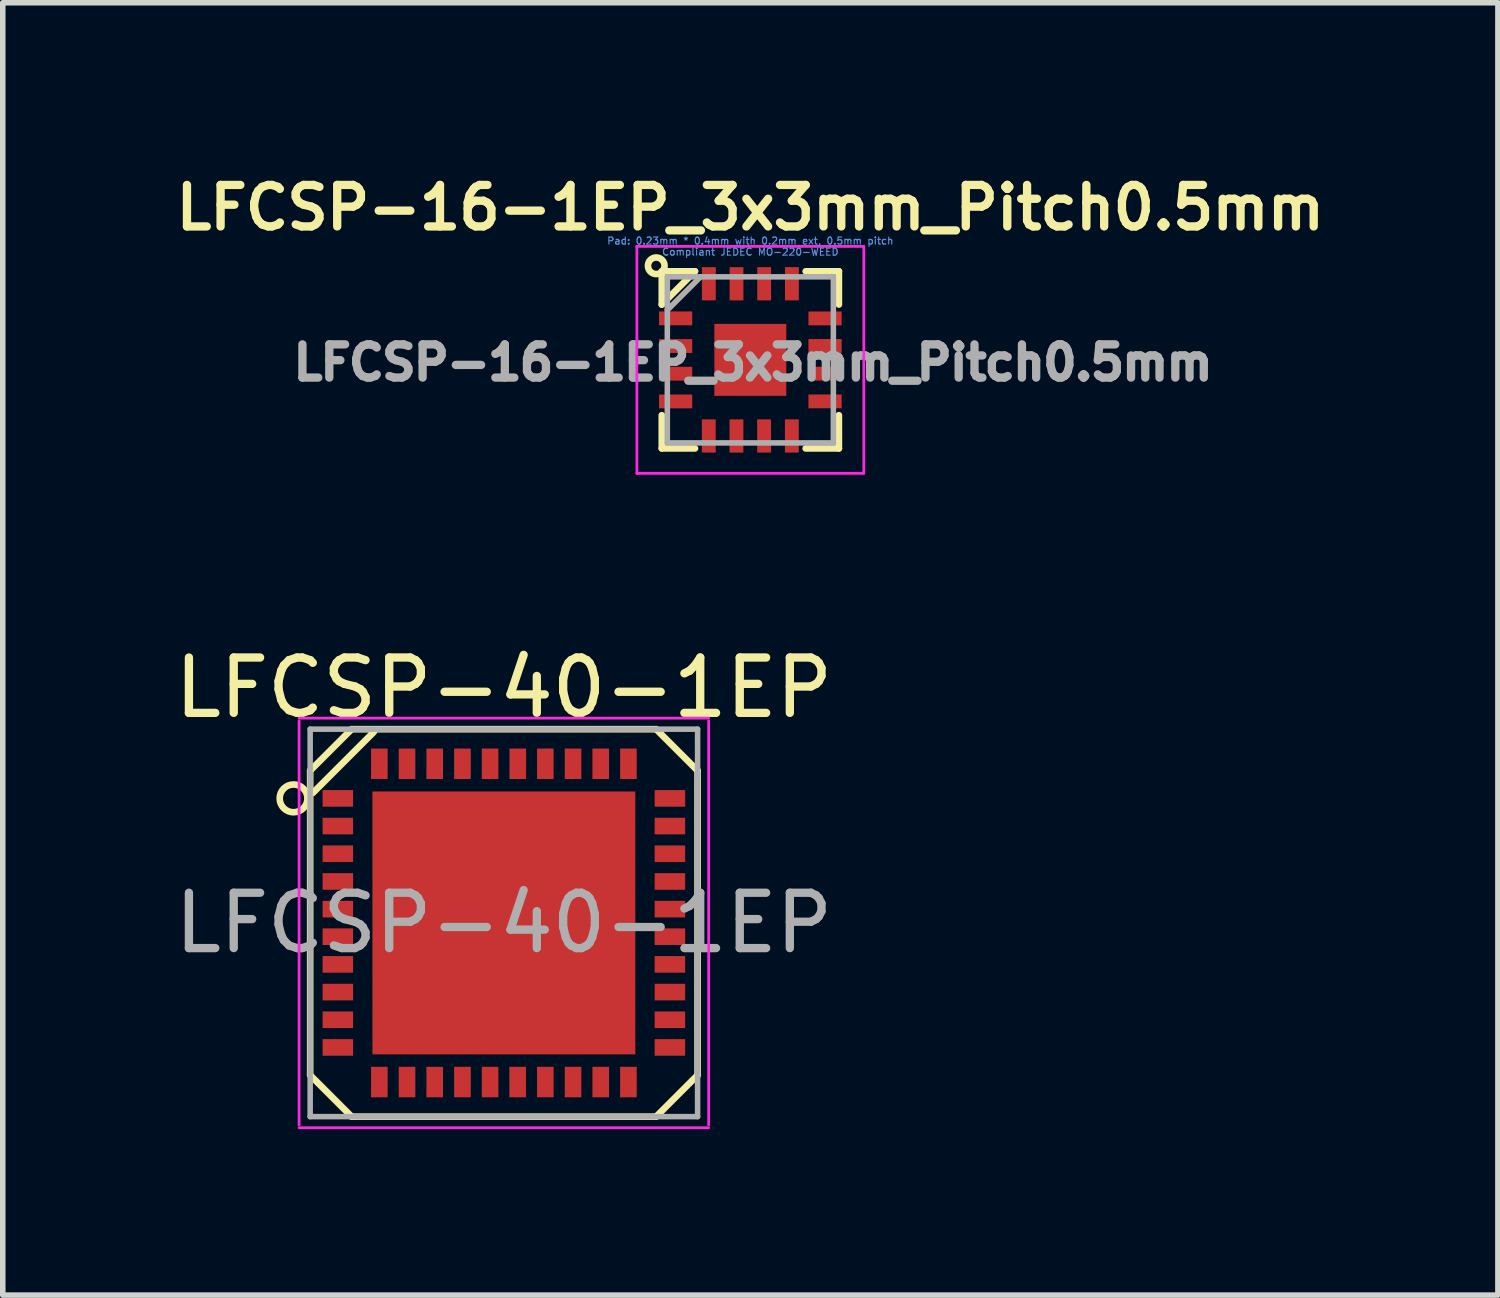
<source format=kicad_pcb>
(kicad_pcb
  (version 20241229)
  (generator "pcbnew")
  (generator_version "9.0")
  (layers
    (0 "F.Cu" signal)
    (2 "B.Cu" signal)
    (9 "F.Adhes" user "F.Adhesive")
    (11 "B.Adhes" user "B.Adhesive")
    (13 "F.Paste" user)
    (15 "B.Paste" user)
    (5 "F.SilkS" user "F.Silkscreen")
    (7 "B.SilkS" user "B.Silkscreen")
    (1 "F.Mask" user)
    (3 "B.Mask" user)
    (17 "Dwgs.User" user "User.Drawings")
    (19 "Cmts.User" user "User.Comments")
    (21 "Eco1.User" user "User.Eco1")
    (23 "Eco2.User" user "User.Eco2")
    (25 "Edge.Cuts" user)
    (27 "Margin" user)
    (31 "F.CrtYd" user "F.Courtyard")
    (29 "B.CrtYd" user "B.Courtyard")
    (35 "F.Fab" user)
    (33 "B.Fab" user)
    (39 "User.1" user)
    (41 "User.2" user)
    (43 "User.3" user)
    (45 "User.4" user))
  (footprint "LFCSP-40-1EP"
    (layer "F.Cu")
    (at 6.054 13.625)
    (property "Reference" "LFCSP-40-1EP" (at 0 -4.25 0) (layer "F.SilkS") (effects (font (size 1 1) (thickness 0.15))))
    (attr smd)
    (fp_line (start -3.5 -2.751) (end -2.751 -3.5) (stroke (width 0.12) (type solid)) (layer "F.SilkS"))
    (fp_line (start -3.5 2.751) (end -3.5 -2.751) (stroke (width 0.12) (type solid)) (layer "F.SilkS"))
    (fp_line (start -3.45 -2.35) (end -2.35 -3.45) (stroke (width 0.12) (type solid)) (layer "F.SilkS"))
    (fp_line (start -2.751 -3.5) (end 2.751 -3.5) (stroke (width 0.12) (type solid)) (layer "F.SilkS"))
    (fp_line (start -2.751 3.5) (end -3.5 2.751) (stroke (width 0.12) (type solid)) (layer "F.SilkS"))
    (fp_line (start 2.751 -3.5) (end 3.5 -2.751) (stroke (width 0.12) (type solid)) (layer "F.SilkS"))
    (fp_line (start 2.751 3.5) (end -2.751 3.5) (stroke (width 0.12) (type solid)) (layer "F.SilkS"))
    (fp_line (start 2.751 3.5) (end 3.5 2.751) (stroke (width 0.12) (type solid)) (layer "F.SilkS"))
    (fp_line (start 3.5 -2.751) (end 3.5 2.751) (stroke (width 0.12) (type solid)) (layer "F.SilkS"))
    (fp_circle (center -3.8 -2.25) (end -4.051 -2.25) (stroke (width 0.12) (type solid)) (fill no) (layer "F.SilkS"))
    (fp_line (start -3.7 -3.7) (end 3.7 -3.7) (stroke (width 0.05) (type solid)) (layer "F.CrtYd"))
    (fp_line (start -3.7 3.65) (end -3.7 -3.65) (stroke (width 0.05) (type solid)) (layer "F.CrtYd"))
    (fp_line (start 3.7 -3.65) (end 3.7 3.65) (stroke (width 0.05) (type solid)) (layer "F.CrtYd"))
    (fp_line (start 3.7 3.7) (end -3.7 3.7) (stroke (width 0.05) (type solid)) (layer "F.CrtYd"))
    (fp_line (start -3.5 -3.5) (end 3.5 -3.5) (stroke (width 0.1) (type solid)) (layer "F.Fab"))
    (fp_line (start -3.5 3.5) (end -3.5 -3.5) (stroke (width 0.1) (type solid)) (layer "F.Fab"))
    (fp_line (start 3.5 -3.5) (end 3.5 3.5) (stroke (width 0.1) (type solid)) (layer "F.Fab"))
    (fp_line (start 3.5 3.5) (end -3.5 3.5) (stroke (width 0.1) (type solid)) (layer "F.Fab"))
    (fp_text user "${REFERENCE}" (at 0 0 0) (layer "F.Fab") (effects (font (size 1 1) (thickness 0.15))))
    (pad "1" smd rect (at -3 -2.25 270) (size 0.3 0.551) (layers "F.Cu" "F.Mask" "F.Paste"))
    (pad "2" smd rect (at -3 -1.75 270) (size 0.3 0.551) (layers "F.Cu" "F.Mask" "F.Paste"))
    (pad "3" smd rect (at -3 -1.25 270) (size 0.3 0.551) (layers "F.Cu" "F.Mask" "F.Paste"))
    (pad "4" smd rect (at -3 -0.749 270) (size 0.3 0.551) (layers "F.Cu" "F.Mask" "F.Paste"))
    (pad "5" smd rect (at -3 -0.249 270) (size 0.3 0.551) (layers "F.Cu" "F.Mask" "F.Paste"))
    (pad "6" smd rect (at -3 0.249 270) (size 0.3 0.551) (layers "F.Cu" "F.Mask" "F.Paste"))
    (pad "7" smd rect (at -3 0.749 270) (size 0.3 0.551) (layers "F.Cu" "F.Mask" "F.Paste"))
    (pad "8" smd rect (at -3 1.25 270) (size 0.3 0.551) (layers "F.Cu" "F.Mask" "F.Paste"))
    (pad "9" smd rect (at -3 1.75 270) (size 0.3 0.551) (layers "F.Cu" "F.Mask" "F.Paste"))
    (pad "10" smd rect (at -3 2.25 270) (size 0.3 0.551) (layers "F.Cu" "F.Mask" "F.Paste"))
    (pad "11" smd rect (at -2.25 2.875) (size 0.3 0.551) (layers "F.Cu" "F.Mask" "F.Paste"))
    (pad "12" smd rect (at -1.75 2.875) (size 0.3 0.551) (layers "F.Cu" "F.Mask" "F.Paste"))
    (pad "13" smd rect (at -1.25 2.875) (size 0.3 0.551) (layers "F.Cu" "F.Mask" "F.Paste"))
    (pad "14" smd rect (at -0.749 2.875) (size 0.3 0.551) (layers "F.Cu" "F.Mask" "F.Paste"))
    (pad "15" smd rect (at -0.249 2.875) (size 0.3 0.551) (layers "F.Cu" "F.Mask" "F.Paste"))
    (pad "16" smd rect (at 0.249 2.875) (size 0.3 0.551) (layers "F.Cu" "F.Mask" "F.Paste"))
    (pad "17" smd rect (at 0.749 2.875) (size 0.3 0.551) (layers "F.Cu" "F.Mask" "F.Paste"))
    (pad "18" smd rect (at 1.25 2.875) (size 0.3 0.551) (layers "F.Cu" "F.Mask" "F.Paste"))
    (pad "19" smd rect (at 1.75 2.875) (size 0.3 0.551) (layers "F.Cu" "F.Mask" "F.Paste"))
    (pad "20" smd rect (at 2.25 2.875) (size 0.3 0.551) (layers "F.Cu" "F.Mask" "F.Paste"))
    (pad "21" smd rect (at 3 2.25 270) (size 0.3 0.551) (layers "F.Cu" "F.Mask" "F.Paste"))
    (pad "22" smd rect (at 3 1.75 270) (size 0.3 0.551) (layers "F.Cu" "F.Mask" "F.Paste"))
    (pad "23" smd rect (at 3 1.25 270) (size 0.3 0.551) (layers "F.Cu" "F.Mask" "F.Paste"))
    (pad "24" smd rect (at 3 0.749 270) (size 0.3 0.551) (layers "F.Cu" "F.Mask" "F.Paste"))
    (pad "25" smd rect (at 3 0.249 270) (size 0.3 0.551) (layers "F.Cu" "F.Mask" "F.Paste"))
    (pad "26" smd rect (at 3 -0.249 270) (size 0.3 0.551) (layers "F.Cu" "F.Mask" "F.Paste"))
    (pad "27" smd rect (at 3 -0.749 270) (size 0.3 0.551) (layers "F.Cu" "F.Mask" "F.Paste"))
    (pad "28" smd rect (at 3 -1.25 270) (size 0.3 0.551) (layers "F.Cu" "F.Mask" "F.Paste"))
    (pad "29" smd rect (at 3 -1.75 270) (size 0.3 0.551) (layers "F.Cu" "F.Mask" "F.Paste"))
    (pad "30" smd rect (at 3 -2.25 270) (size 0.3 0.551) (layers "F.Cu" "F.Mask" "F.Paste"))
    (pad "31" smd rect (at 2.25 -2.875) (size 0.3 0.551) (layers "F.Cu" "F.Mask" "F.Paste"))
    (pad "32" smd rect (at 1.75 -2.875) (size 0.3 0.551) (layers "F.Cu" "F.Mask" "F.Paste"))
    (pad "33" smd rect (at 1.25 -2.875) (size 0.3 0.551) (layers "F.Cu" "F.Mask" "F.Paste"))
    (pad "34" smd rect (at 0.749 -2.875) (size 0.3 0.551) (layers "F.Cu" "F.Mask" "F.Paste"))
    (pad "35" smd rect (at 0.251 -2.875) (size 0.3 0.551) (layers "F.Cu" "F.Mask" "F.Paste"))
    (pad "36" smd rect (at -0.249 -2.875) (size 0.3 0.551) (layers "F.Cu" "F.Mask" "F.Paste"))
    (pad "37" smd rect (at -0.749 -2.875) (size 0.3 0.551) (layers "F.Cu" "F.Mask" "F.Paste"))
    (pad "38" smd rect (at -1.25 -2.875) (size 0.3 0.551) (layers "F.Cu" "F.Mask" "F.Paste"))
    (pad "39" smd rect (at -1.75 -2.875) (size 0.3 0.551) (layers "F.Cu" "F.Mask" "F.Paste"))
    (pad "40" smd rect (at -2.25 -2.875) (size 0.3 0.551) (layers "F.Cu" "F.Mask" "F.Paste"))
    (pad "41" smd rect (at 0 0) (size 4.75 4.75) (layers "F.Cu" "F.Mask" "F.Paste")))
  (footprint "LFCSP-16-1EP_3x3mm_Pitch0.5mm"
    (layer "F.Cu")
    (at 10.507 3.452)
    (property "Reference" "LFCSP-16-1EP_3x3mm_Pitch0.5mm" (at 0 -2.75 0) (layer "F.SilkS") (effects (font (size 0.75 0.75) (thickness 0.15))))
    (attr smd)
    (fp_line (start -1.6 -1.6) (end -1.6 -1) (stroke (width 0.12) (type solid)) (layer "F.SilkS"))
    (fp_line (start -1.6 -1.6) (end -1 -1.6) (stroke (width 0.12) (type solid)) (layer "F.SilkS"))
    (fp_line (start -1.6 -1) (end -1 -1.6) (stroke (width 0.12) (type solid)) (layer "F.SilkS"))
    (fp_line (start -1.6 1) (end -1.6 1.6) (stroke (width 0.12) (type solid)) (layer "F.SilkS"))
    (fp_line (start -1.6 1.6) (end -1 1.6) (stroke (width 0.12) (type solid)) (layer "F.SilkS"))
    (fp_line (start 1 -1.6) (end 1.6 -1.6) (stroke (width 0.12) (type solid)) (layer "F.SilkS"))
    (fp_line (start 1 1.6) (end 1.6 1.6) (stroke (width 0.12) (type solid)) (layer "F.SilkS"))
    (fp_line (start 1.6 -1.6) (end 1.6 -1) (stroke (width 0.12) (type solid)) (layer "F.SilkS"))
    (fp_line (start 1.6 1) (end 1.6 1.6) (stroke (width 0.12) (type solid)) (layer "F.SilkS"))
    (fp_circle (center -1.7 -1.7) (end -1.85 -1.7) (stroke (width 0.12) (type solid)) (fill no) (layer "F.SilkS"))
    (fp_line (start -2.05 2.05) (end -2.05 -2.05) (stroke (width 0.05) (type solid)) (layer "F.CrtYd"))
    (fp_line (start -2.05 2.05) (end 2.05 2.05) (stroke (width 0.05) (type solid)) (layer "F.CrtYd"))
    (fp_line (start 2.05 -2.05) (end -2.05 -2.05) (stroke (width 0.05) (type solid)) (layer "F.CrtYd"))
    (fp_line (start 2.05 -2.05) (end 2.05 2.05) (stroke (width 0.05) (type solid)) (layer "F.CrtYd"))
    (fp_line (start -1.5 -1.5) (end -1.5 1.5) (stroke (width 0.1) (type solid)) (layer "F.Fab"))
    (fp_line (start -1.5 -1.5) (end 1.5 -1.5) (stroke (width 0.1) (type solid)) (layer "F.Fab"))
    (fp_line (start -1.5 1.5) (end 1.5 1.5) (stroke (width 0.1) (type solid)) (layer "F.Fab"))
    (fp_line (start -0.9 -1.5) (end -1.5 -0.9) (stroke (width 0.1) (type solid)) (layer "F.Fab"))
    (fp_line (start 1.5 -1.5) (end 1.5 1.5) (stroke (width 0.1) (type solid)) (layer "F.Fab"))
    (fp_text user "Pad: 0.23mm * 0.4mm with 0.2mm ext, 0.5mm pitch" (at 0 -2.15 0) (layer "Cmts.User") (effects (font (size 0.127 0.127) (thickness 0.02))))
    (fp_text user "Compliant JEDEC MO-220-WEED" (at 0 -1.95 0) (layer "Cmts.User") (effects (font (size 0.127 0.127) (thickness 0.02))))
    (fp_text user "${REFERENCE}" (at 0.05 0.05 0) (layer "F.Fab") (effects (font (size 0.6 0.6) (thickness 0.15))))
    (pad "1" smd rect (at -1.35 -0.75 270) (size 0.25 0.6) (layers "F.Cu" "F.Mask" "F.Paste"))
    (pad "2" smd rect (at -1.35 -0.25 270) (size 0.25 0.6) (layers "F.Cu" "F.Mask" "F.Paste"))
    (pad "3" smd rect (at -1.35 0.25 270) (size 0.25 0.6) (layers "F.Cu" "F.Mask" "F.Paste"))
    (pad "4" smd rect (at -1.35 0.751 270) (size 0.25 0.6) (layers "F.Cu" "F.Mask" "F.Paste"))
    (pad "5" smd rect (at -0.751 1.375 180) (size 0.25 0.6) (layers "F.Cu" "F.Mask" "F.Paste"))
    (pad "6" smd rect (at -0.251 1.375 180) (size 0.25 0.6) (layers "F.Cu" "F.Mask" "F.Paste"))
    (pad "7" smd rect (at 0.249 1.375 180) (size 0.25 0.6) (layers "F.Cu" "F.Mask" "F.Paste"))
    (pad "8" smd rect (at 0.75 1.375 180) (size 0.25 0.6) (layers "F.Cu" "F.Mask" "F.Paste"))
    (pad "9" smd rect (at 1.35 0.75 90) (size 0.25 0.6) (layers "F.Cu" "F.Mask" "F.Paste"))
    (pad "10" smd rect (at 1.35 0.249 90) (size 0.25 0.6) (layers "F.Cu" "F.Mask" "F.Paste"))
    (pad "11" smd rect (at 1.35 -0.251 90) (size 0.25 0.6) (layers "F.Cu" "F.Mask" "F.Paste"))
    (pad "12" smd rect (at 1.35 -0.749 90) (size 0.25 0.6) (layers "F.Cu" "F.Mask" "F.Paste"))
    (pad "13" smd rect (at 0.751 -1.375) (size 0.25 0.6) (layers "F.Cu" "F.Mask" "F.Paste"))
    (pad "14" smd rect (at 0.25 -1.375) (size 0.25 0.6) (layers "F.Cu" "F.Mask" "F.Paste"))
    (pad "15" smd rect (at -0.25 -1.375) (size 0.25 0.6) (layers "F.Cu" "F.Mask" "F.Paste"))
    (pad "16" smd rect (at -0.75 -1.375) (size 0.25 0.6) (layers "F.Cu" "F.Mask" "F.Paste"))
    (pad "GND" smd rect (at 0 0) (size 1.3 1.3) (layers "F.Cu" "F.Mask" "F.Paste")))
  (gr_rect
    (start -3 -3)
    (end 24.014 20.35)
    (stroke (width 0.1) (type default))
    (fill no)
    (layer "Edge.Cuts")))
</source>
